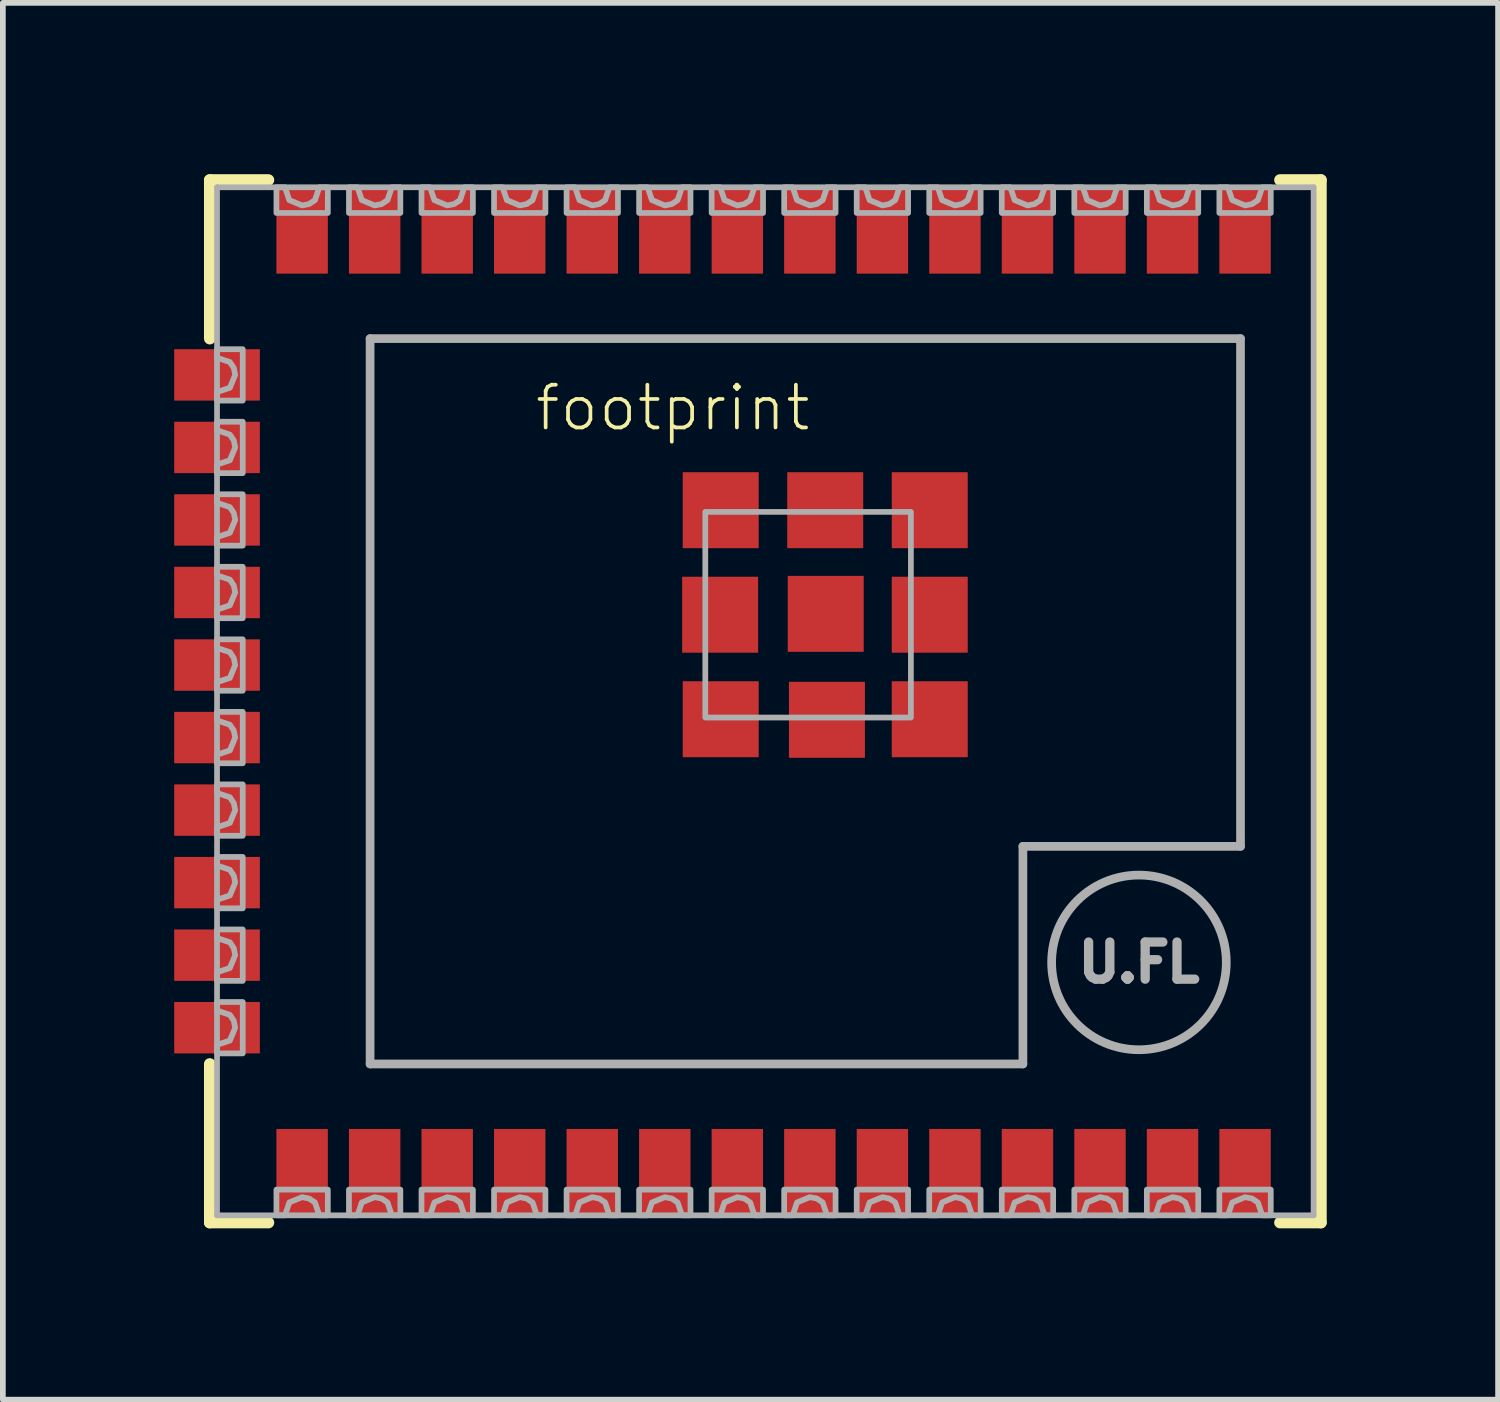
<source format=kicad_pcb>
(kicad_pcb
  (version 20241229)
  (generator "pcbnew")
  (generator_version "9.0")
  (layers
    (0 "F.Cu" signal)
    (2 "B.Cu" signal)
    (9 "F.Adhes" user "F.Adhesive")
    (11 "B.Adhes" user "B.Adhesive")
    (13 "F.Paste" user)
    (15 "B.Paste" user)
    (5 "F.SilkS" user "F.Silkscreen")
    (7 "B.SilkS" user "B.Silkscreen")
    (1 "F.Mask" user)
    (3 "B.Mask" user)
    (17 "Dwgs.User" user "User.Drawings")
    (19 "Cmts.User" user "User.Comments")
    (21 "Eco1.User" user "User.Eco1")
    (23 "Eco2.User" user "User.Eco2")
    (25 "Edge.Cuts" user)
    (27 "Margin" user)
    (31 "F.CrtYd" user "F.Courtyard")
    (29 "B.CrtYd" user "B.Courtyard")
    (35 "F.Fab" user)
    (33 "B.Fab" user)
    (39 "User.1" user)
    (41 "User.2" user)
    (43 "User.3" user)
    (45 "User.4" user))
  (footprint "footprint"
    (layer "F.Cu")
    (at 12.32 9.229)
    (property "Reference" "footprint" (at -1.143 -5.575 0) (layer "F.SilkS") (effects (font (size 0.748 0.748) (thickness 0.065)) (justify right top)))
    (fp_line (start -11.697 -9.127) (end -10.67 -9.127) (stroke (width 0.203) (type solid)) (layer "F.SilkS"))
    (fp_line (start -11.697 -6.35) (end -11.697 -9.127) (stroke (width 0.203) (type solid)) (layer "F.SilkS"))
    (fp_line (start -11.697 6.35) (end -11.697 9.127) (stroke (width 0.203) (type solid)) (layer "F.SilkS"))
    (fp_line (start -11.697 9.127) (end -10.67 9.127) (stroke (width 0.203) (type solid)) (layer "F.SilkS"))
    (fp_line (start 7.041 -9.127) (end 7.758 -9.127) (stroke (width 0.203) (type solid)) (layer "F.SilkS"))
    (fp_line (start 7.041 9.127) (end 7.758 9.127) (stroke (width 0.203) (type solid)) (layer "F.SilkS"))
    (fp_line (start 7.758 -9.127) (end 7.758 9.127) (stroke (width 0.203) (type solid)) (layer "F.SilkS"))
    (fp_line (start -11.57 -9) (end 7.63 -9) (stroke (width 0.1) (type solid)) (layer "F.Fab"))
    (fp_line (start -11.57 9) (end -11.57 -9) (stroke (width 0.1) (type solid)) (layer "F.Fab"))
    (fp_line (start -8.89 -6.35) (end -8.89 6.35) (stroke (width 0.152) (type solid)) (layer "F.Fab"))
    (fp_line (start -8.89 6.35) (end 2.54 6.35) (stroke (width 0.152) (type solid)) (layer "F.Fab"))
    (fp_line (start 2.54 2.54) (end 6.35 2.54) (stroke (width 0.152) (type solid)) (layer "F.Fab"))
    (fp_line (start 2.54 6.35) (end 2.54 2.54) (stroke (width 0.152) (type solid)) (layer "F.Fab"))
    (fp_line (start 6.35 -6.35) (end -8.89 -6.35) (stroke (width 0.152) (type solid)) (layer "F.Fab"))
    (fp_line (start 6.35 2.54) (end 6.35 -6.35) (stroke (width 0.152) (type solid)) (layer "F.Fab"))
    (fp_line (start 7.63 9) (end -11.57 9) (stroke (width 0.1) (type solid)) (layer "F.Fab"))
    (fp_line (start 7.63 9) (end 7.63 -9) (stroke (width 0.1) (type solid)) (layer "F.Fab"))
    (fp_circle (center 4.572 4.572) (end 6.101 4.572) (stroke (width 0.152) (type solid)) (fill no) (layer "F.Fab"))
    (fp_poly (pts (xy -3.021 0.284) (xy 0.579 0.284) (xy 0.579 -3.316) (xy -3.021 -3.316)) (stroke (width 0.1) (type solid)) (fill no) (layer "F.Fab"))
    (fp_poly (pts (xy -10.53 9) (xy -10.53 8.55) (xy -9.63 8.55) (xy -9.63 9) (xy -9.78 9) (xy -9.855 8.775) (xy -9.958 8.706) (xy -10.08 8.682) (xy -10.305 8.775) (xy -10.38 9)) (stroke (width 0.1) (type solid)) (fill no) (layer "F.Fab"))
    (fp_poly (pts (xy -9.26 9) (xy -9.26 8.55) (xy -8.36 8.55) (xy -8.36 9) (xy -8.51 9) (xy -8.585 8.775) (xy -8.688 8.706) (xy -8.81 8.682) (xy -9.035 8.775) (xy -9.11 9)) (stroke (width 0.1) (type solid)) (fill no) (layer "F.Fab"))
    (fp_poly (pts (xy -7.99 9) (xy -7.99 8.55) (xy -7.09 8.55) (xy -7.09 9) (xy -7.24 9) (xy -7.315 8.775) (xy -7.418 8.706) (xy -7.54 8.682) (xy -7.765 8.775) (xy -7.84 9)) (stroke (width 0.1) (type solid)) (fill no) (layer "F.Fab"))
    (fp_poly (pts (xy -6.72 9) (xy -6.72 8.55) (xy -5.82 8.55) (xy -5.82 9) (xy -5.97 9) (xy -6.045 8.775) (xy -6.148 8.706) (xy -6.27 8.682) (xy -6.495 8.775) (xy -6.57 9)) (stroke (width 0.1) (type solid)) (fill no) (layer "F.Fab"))
    (fp_poly (pts (xy -5.45 9) (xy -5.45 8.55) (xy -4.55 8.55) (xy -4.55 9) (xy -4.7 9) (xy -4.775 8.775) (xy -4.878 8.706) (xy -5 8.682) (xy -5.225 8.775) (xy -5.3 9)) (stroke (width 0.1) (type solid)) (fill no) (layer "F.Fab"))
    (fp_poly (pts (xy -4.18 9) (xy -4.18 8.55) (xy -3.28 8.55) (xy -3.28 9) (xy -3.43 9) (xy -3.505 8.775) (xy -3.608 8.706) (xy -3.73 8.682) (xy -3.955 8.775) (xy -4.03 9)) (stroke (width 0.1) (type solid)) (fill no) (layer "F.Fab"))
    (fp_poly (pts (xy -2.91 9) (xy -2.91 8.55) (xy -2.01 8.55) (xy -2.01 9) (xy -2.16 9) (xy -2.235 8.775) (xy -2.338 8.706) (xy -2.46 8.682) (xy -2.685 8.775) (xy -2.76 9)) (stroke (width 0.1) (type solid)) (fill no) (layer "F.Fab"))
    (fp_poly (pts (xy -1.64 9) (xy -1.64 8.55) (xy -0.74 8.55) (xy -0.74 9) (xy -0.89 9) (xy -0.965 8.775) (xy -1.068 8.706) (xy -1.19 8.682) (xy -1.415 8.775) (xy -1.49 9)) (stroke (width 0.1) (type solid)) (fill no) (layer "F.Fab"))
    (fp_poly (pts (xy -11.12 -5.265) (xy -11.57 -5.265) (xy -11.57 -5.415) (xy -11.345 -5.49) (xy -11.252 -5.715) (xy -11.276 -5.837) (xy -11.345 -5.94) (xy -11.57 -6.015) (xy -11.57 -6.015) (xy -11.57 -6.165) (xy -11.12 -6.165)) (stroke (width 0.1) (type solid)) (fill no) (layer "F.Fab"))
    (fp_poly (pts (xy -11.12 -3.995) (xy -11.57 -3.995) (xy -11.57 -4.145) (xy -11.345 -4.22) (xy -11.252 -4.445) (xy -11.276 -4.567) (xy -11.345 -4.67) (xy -11.57 -4.745) (xy -11.57 -4.745) (xy -11.57 -4.895) (xy -11.12 -4.895)) (stroke (width 0.1) (type solid)) (fill no) (layer "F.Fab"))
    (fp_poly (pts (xy -11.12 -2.725) (xy -11.57 -2.725) (xy -11.57 -2.875) (xy -11.345 -2.95) (xy -11.252 -3.175) (xy -11.276 -3.297) (xy -11.345 -3.4) (xy -11.57 -3.475) (xy -11.57 -3.475) (xy -11.57 -3.625) (xy -11.12 -3.625)) (stroke (width 0.1) (type solid)) (fill no) (layer "F.Fab"))
    (fp_poly (pts (xy -11.12 -1.455) (xy -11.57 -1.455) (xy -11.57 -1.605) (xy -11.345 -1.68) (xy -11.252 -1.905) (xy -11.276 -2.027) (xy -11.345 -2.13) (xy -11.57 -2.205) (xy -11.57 -2.205) (xy -11.57 -2.355) (xy -11.12 -2.355)) (stroke (width 0.1) (type solid)) (fill no) (layer "F.Fab"))
    (fp_poly (pts (xy -11.12 -0.185) (xy -11.57 -0.185) (xy -11.57 -0.335) (xy -11.345 -0.41) (xy -11.252 -0.635) (xy -11.276 -0.757) (xy -11.345 -0.86) (xy -11.57 -0.935) (xy -11.57 -0.935) (xy -11.57 -1.085) (xy -11.12 -1.085)) (stroke (width 0.1) (type solid)) (fill no) (layer "F.Fab"))
    (fp_poly (pts (xy -11.12 1.085) (xy -11.57 1.085) (xy -11.57 0.935) (xy -11.345 0.86) (xy -11.345 0.86) (xy -11.252 0.635) (xy -11.276 0.513) (xy -11.345 0.41) (xy -11.57 0.335) (xy -11.57 0.185) (xy -11.12 0.185)) (stroke (width 0.1) (type solid)) (fill no) (layer "F.Fab"))
    (fp_poly (pts (xy -11.12 2.355) (xy -11.57 2.355) (xy -11.57 2.205) (xy -11.345 2.13) (xy -11.345 2.13) (xy -11.252 1.905) (xy -11.276 1.783) (xy -11.345 1.68) (xy -11.57 1.605) (xy -11.57 1.455) (xy -11.12 1.455)) (stroke (width 0.1) (type solid)) (fill no) (layer "F.Fab"))
    (fp_poly (pts (xy -11.12 3.625) (xy -11.57 3.625) (xy -11.57 3.475) (xy -11.345 3.4) (xy -11.345 3.4) (xy -11.252 3.175) (xy -11.276 3.053) (xy -11.345 2.95) (xy -11.57 2.875) (xy -11.57 2.725) (xy -11.12 2.725)) (stroke (width 0.1) (type solid)) (fill no) (layer "F.Fab"))
    (fp_poly (pts (xy -11.12 4.895) (xy -11.57 4.895) (xy -11.57 4.745) (xy -11.345 4.67) (xy -11.345 4.67) (xy -11.252 4.445) (xy -11.276 4.323) (xy -11.345 4.22) (xy -11.57 4.145) (xy -11.57 3.995) (xy -11.12 3.995)) (stroke (width 0.1) (type solid)) (fill no) (layer "F.Fab"))
    (fp_poly (pts (xy -11.12 6.165) (xy -11.57 6.165) (xy -11.57 6.015) (xy -11.345 5.94) (xy -11.345 5.94) (xy -11.252 5.715) (xy -11.276 5.593) (xy -11.345 5.49) (xy -11.57 5.415) (xy -11.57 5.265) (xy -11.12 5.265)) (stroke (width 0.1) (type solid)) (fill no) (layer "F.Fab"))
    (fp_poly (pts (xy -10.305 -8.775) (xy -10.305 -8.775) (xy -10.08 -8.682) (xy -9.958 -8.706) (xy -9.855 -8.775) (xy -9.78 -9) (xy -9.63 -9) (xy -9.63 -8.55) (xy -10.53 -8.55) (xy -10.53 -9) (xy -10.38 -9)) (stroke (width 0.1) (type solid)) (fill no) (layer "F.Fab"))
    (fp_poly (pts (xy -9.035 -8.775) (xy -9.035 -8.775) (xy -8.81 -8.682) (xy -8.688 -8.706) (xy -8.585 -8.775) (xy -8.51 -9) (xy -8.36 -9) (xy -8.36 -8.55) (xy -9.26 -8.55) (xy -9.26 -9) (xy -9.11 -9)) (stroke (width 0.1) (type solid)) (fill no) (layer "F.Fab"))
    (fp_poly (pts (xy -7.765 -8.775) (xy -7.765 -8.775) (xy -7.54 -8.682) (xy -7.418 -8.706) (xy -7.315 -8.775) (xy -7.24 -9) (xy -7.09 -9) (xy -7.09 -8.55) (xy -7.99 -8.55) (xy -7.99 -9) (xy -7.84 -9)) (stroke (width 0.1) (type solid)) (fill no) (layer "F.Fab"))
    (fp_poly (pts (xy -6.495 -8.775) (xy -6.495 -8.775) (xy -6.27 -8.682) (xy -6.148 -8.706) (xy -6.045 -8.775) (xy -5.97 -9) (xy -5.82 -9) (xy -5.82 -8.55) (xy -6.72 -8.55) (xy -6.72 -9) (xy -6.57 -9)) (stroke (width 0.1) (type solid)) (fill no) (layer "F.Fab"))
    (fp_poly (pts (xy -5.225 -8.775) (xy -5.225 -8.775) (xy -5 -8.682) (xy -4.878 -8.706) (xy -4.775 -8.775) (xy -4.7 -9) (xy -4.55 -9) (xy -4.55 -8.55) (xy -5.45 -8.55) (xy -5.45 -9) (xy -5.3 -9)) (stroke (width 0.1) (type solid)) (fill no) (layer "F.Fab"))
    (fp_poly (pts (xy -3.955 -8.775) (xy -3.955 -8.775) (xy -3.73 -8.682) (xy -3.608 -8.706) (xy -3.505 -8.775) (xy -3.43 -9) (xy -3.28 -9) (xy -3.28 -8.55) (xy -4.18 -8.55) (xy -4.18 -9) (xy -4.03 -9)) (stroke (width 0.1) (type solid)) (fill no) (layer "F.Fab"))
    (fp_poly (pts (xy -2.685 -8.775) (xy -2.685 -8.775) (xy -2.46 -8.682) (xy -2.338 -8.706) (xy -2.235 -8.775) (xy -2.16 -9) (xy -2.01 -9) (xy -2.01 -8.55) (xy -2.91 -8.55) (xy -2.91 -9) (xy -2.76 -9)) (stroke (width 0.1) (type solid)) (fill no) (layer "F.Fab"))
    (fp_poly (pts (xy -1.415 -8.775) (xy -1.415 -8.775) (xy -1.19 -8.682) (xy -1.068 -8.706) (xy -0.965 -8.775) (xy -0.89 -9) (xy -0.74 -9) (xy -0.74 -8.55) (xy -1.64 -8.55) (xy -1.64 -9) (xy -1.49 -9)) (stroke (width 0.1) (type solid)) (fill no) (layer "F.Fab"))
    (fp_poly (pts (xy 0.38 -9) (xy 0.53 -9) (xy 0.53 -8.55) (xy -0.37 -8.55) (xy -0.37 -9) (xy -0.22 -9) (xy -0.145 -8.775) (xy 0.08 -8.682) (xy 0.202 -8.706) (xy 0.305 -8.775) (xy 0.38 -9)) (stroke (width 0.1) (type solid)) (fill no) (layer "F.Fab"))
    (fp_poly (pts (xy 0.53 9) (xy 0.38 9) (xy 0.38 9) (xy 0.305 8.775) (xy 0.202 8.706) (xy 0.08 8.682) (xy -0.145 8.775) (xy -0.22 9) (xy -0.37 9) (xy -0.37 8.55) (xy 0.53 8.55)) (stroke (width 0.1) (type solid)) (fill no) (layer "F.Fab"))
    (fp_poly (pts (xy 1.65 -9) (xy 1.8 -9) (xy 1.8 -8.55) (xy 0.9 -8.55) (xy 0.9 -9) (xy 1.05 -9) (xy 1.125 -8.775) (xy 1.35 -8.682) (xy 1.472 -8.706) (xy 1.575 -8.775) (xy 1.65 -9)) (stroke (width 0.1) (type solid)) (fill no) (layer "F.Fab"))
    (fp_poly (pts (xy 1.8 9) (xy 1.65 9) (xy 1.65 9) (xy 1.575 8.775) (xy 1.472 8.706) (xy 1.35 8.682) (xy 1.125 8.775) (xy 1.05 9) (xy 0.9 9) (xy 0.9 8.55) (xy 1.8 8.55)) (stroke (width 0.1) (type solid)) (fill no) (layer "F.Fab"))
    (fp_poly (pts (xy 2.92 -9) (xy 3.07 -9) (xy 3.07 -8.55) (xy 2.17 -8.55) (xy 2.17 -9) (xy 2.32 -9) (xy 2.395 -8.775) (xy 2.62 -8.682) (xy 2.742 -8.706) (xy 2.845 -8.775) (xy 2.92 -9)) (stroke (width 0.1) (type solid)) (fill no) (layer "F.Fab"))
    (fp_poly (pts (xy 3.07 9) (xy 2.92 9) (xy 2.92 9) (xy 2.845 8.775) (xy 2.742 8.706) (xy 2.62 8.682) (xy 2.395 8.775) (xy 2.32 9) (xy 2.17 9) (xy 2.17 8.55) (xy 3.07 8.55)) (stroke (width 0.1) (type solid)) (fill no) (layer "F.Fab"))
    (fp_poly (pts (xy 4.19 -9) (xy 4.34 -9) (xy 4.34 -8.55) (xy 3.44 -8.55) (xy 3.44 -9) (xy 3.59 -9) (xy 3.665 -8.775) (xy 3.89 -8.682) (xy 4.012 -8.706) (xy 4.115 -8.775) (xy 4.19 -9)) (stroke (width 0.1) (type solid)) (fill no) (layer "F.Fab"))
    (fp_poly (pts (xy 4.34 9) (xy 4.19 9) (xy 4.19 9) (xy 4.115 8.775) (xy 4.012 8.706) (xy 3.89 8.682) (xy 3.665 8.775) (xy 3.59 9) (xy 3.44 9) (xy 3.44 8.55) (xy 4.34 8.55)) (stroke (width 0.1) (type solid)) (fill no) (layer "F.Fab"))
    (fp_poly (pts (xy 5.46 -9) (xy 5.61 -9) (xy 5.61 -8.55) (xy 4.71 -8.55) (xy 4.71 -9) (xy 4.86 -9) (xy 4.935 -8.775) (xy 5.16 -8.682) (xy 5.282 -8.706) (xy 5.385 -8.775) (xy 5.46 -9)) (stroke (width 0.1) (type solid)) (fill no) (layer "F.Fab"))
    (fp_poly (pts (xy 5.61 9) (xy 5.46 9) (xy 5.46 9) (xy 5.385 8.775) (xy 5.282 8.706) (xy 5.16 8.682) (xy 4.935 8.775) (xy 4.86 9) (xy 4.71 9) (xy 4.71 8.55) (xy 5.61 8.55)) (stroke (width 0.1) (type solid)) (fill no) (layer "F.Fab"))
    (fp_poly (pts (xy 6.73 -9) (xy 6.88 -9) (xy 6.88 -8.55) (xy 5.98 -8.55) (xy 5.98 -9) (xy 6.13 -9) (xy 6.205 -8.775) (xy 6.43 -8.682) (xy 6.552 -8.706) (xy 6.655 -8.775) (xy 6.73 -9)) (stroke (width 0.1) (type solid)) (fill no) (layer "F.Fab"))
    (fp_poly (pts (xy 6.88 9) (xy 6.73 9) (xy 6.73 9) (xy 6.655 8.775) (xy 6.552 8.706) (xy 6.43 8.682) (xy 6.205 8.775) (xy 6.13 9) (xy 5.98 9) (xy 5.98 8.55) (xy 6.88 8.55)) (stroke (width 0.1) (type solid)) (fill no) (layer "F.Fab"))
    (fp_text user "U.FL" (at 3.429 4.953 0) (layer "F.Fab") (effects (font (size 0.65 0.65) (thickness 0.163)) (justify left bottom)))
    (pad "1" smd rect (at 6.43 -8.238) (size 0.9 1.5) (layers "F.Cu" "F.Mask" "F.Paste"))
    (pad "2" smd rect (at 5.16 -8.238) (size 0.9 1.5) (layers "F.Cu" "F.Mask" "F.Paste"))
    (pad "3" smd rect (at 3.89 -8.238) (size 0.9 1.5) (layers "F.Cu" "F.Mask" "F.Paste"))
    (pad "4" smd rect (at 2.62 -8.238) (size 0.9 1.5) (layers "F.Cu" "F.Mask" "F.Paste"))
    (pad "5" smd rect (at 1.35 -8.238) (size 0.9 1.5) (layers "F.Cu" "F.Mask" "F.Paste"))
    (pad "6" smd rect (at 0.08 -8.238) (size 0.9 1.5) (layers "F.Cu" "F.Mask" "F.Paste"))
    (pad "7" smd rect (at -1.19 -8.238) (size 0.9 1.5) (layers "F.Cu" "F.Mask" "F.Paste"))
    (pad "8" smd rect (at -2.46 -8.238) (size 0.9 1.5) (layers "F.Cu" "F.Mask" "F.Paste"))
    (pad "9" smd rect (at -3.73 -8.238) (size 0.9 1.5) (layers "F.Cu" "F.Mask" "F.Paste"))
    (pad "10" smd rect (at -5 -8.238) (size 0.9 1.5) (layers "F.Cu" "F.Mask" "F.Paste"))
    (pad "11" smd rect (at -6.27 -8.238) (size 0.9 1.5) (layers "F.Cu" "F.Mask" "F.Paste"))
    (pad "12" smd rect (at -7.54 -8.238) (size 0.9 1.5) (layers "F.Cu" "F.Mask" "F.Paste"))
    (pad "13" smd rect (at -8.81 -8.238) (size 0.9 1.5) (layers "F.Cu" "F.Mask" "F.Paste"))
    (pad "14" smd rect (at -10.08 -8.238) (size 0.9 1.5) (layers "F.Cu" "F.Mask" "F.Paste"))
    (pad "15" smd rect (at -11.57 -5.715 90) (size 0.9 1.5) (layers "F.Cu" "F.Mask" "F.Paste"))
    (pad "16" smd rect (at -11.57 -4.445 90) (size 0.9 1.5) (layers "F.Cu" "F.Mask" "F.Paste"))
    (pad "17" smd rect (at -11.57 -3.175 90) (size 0.9 1.5) (layers "F.Cu" "F.Mask" "F.Paste"))
    (pad "18" smd rect (at -11.57 -1.905 90) (size 0.9 1.5) (layers "F.Cu" "F.Mask" "F.Paste"))
    (pad "19" smd rect (at -11.57 -0.635 90) (size 0.9 1.5) (layers "F.Cu" "F.Mask" "F.Paste"))
    (pad "20" smd rect (at -11.57 0.635 90) (size 0.9 1.5) (layers "F.Cu" "F.Mask" "F.Paste"))
    (pad "21" smd rect (at -11.57 1.905 90) (size 0.9 1.5) (layers "F.Cu" "F.Mask" "F.Paste"))
    (pad "22" smd rect (at -11.57 3.175 90) (size 0.9 1.5) (layers "F.Cu" "F.Mask" "F.Paste"))
    (pad "23" smd rect (at -11.57 4.445 90) (size 0.9 1.5) (layers "F.Cu" "F.Mask" "F.Paste"))
    (pad "24" smd rect (at -11.57 5.715 90) (size 0.9 1.5) (layers "F.Cu" "F.Mask" "F.Paste"))
    (pad "25" smd rect (at -10.08 8.238) (size 0.9 1.5) (layers "F.Cu" "F.Mask" "F.Paste"))
    (pad "26" smd rect (at -8.81 8.238) (size 0.9 1.5) (layers "F.Cu" "F.Mask" "F.Paste"))
    (pad "27" smd rect (at -7.54 8.238) (size 0.9 1.5) (layers "F.Cu" "F.Mask" "F.Paste"))
    (pad "28" smd rect (at -6.27 8.238) (size 0.9 1.5) (layers "F.Cu" "F.Mask" "F.Paste"))
    (pad "29" smd rect (at -5 8.238) (size 0.9 1.5) (layers "F.Cu" "F.Mask" "F.Paste"))
    (pad "30" smd rect (at -3.73 8.238) (size 0.9 1.5) (layers "F.Cu" "F.Mask" "F.Paste"))
    (pad "31" smd rect (at -2.46 8.238) (size 0.9 1.5) (layers "F.Cu" "F.Mask" "F.Paste"))
    (pad "32" smd rect (at -1.19 8.238) (size 0.9 1.5) (layers "F.Cu" "F.Mask" "F.Paste"))
    (pad "33" smd rect (at 0.08 8.238) (size 0.9 1.5) (layers "F.Cu" "F.Mask" "F.Paste"))
    (pad "34" smd rect (at 1.35 8.238) (size 0.9 1.5) (layers "F.Cu" "F.Mask" "F.Paste"))
    (pad "35" smd rect (at 2.62 8.238) (size 0.9 1.5) (layers "F.Cu" "F.Mask" "F.Paste"))
    (pad "36" smd rect (at 3.89 8.238) (size 0.9 1.5) (layers "F.Cu" "F.Mask" "F.Paste"))
    (pad "37" smd rect (at 5.16 8.238) (size 0.9 1.5) (layers "F.Cu" "F.Mask" "F.Paste"))
    (pad "38" smd rect (at 6.43 8.238) (size 0.9 1.5) (layers "F.Cu" "F.Mask" "F.Paste"))
    (pad "GND" smd rect (at -0.912 -1.531) (size 1.33 1.33) (layers "F.Cu" "F.Mask" "F.Paste"))
    (pad "GNDT1" smd rect (at -2.751 -3.346) (size 1.33 1.33) (layers "F.Cu" "F.Mask" "F.Paste"))
    (pad "GNDT2" smd rect (at -2.761 -1.516) (size 1.33 1.33) (layers "F.Cu" "F.Mask" "F.Paste"))
    (pad "GNDT3" smd rect (at -2.751 0.314) (size 1.33 1.33) (layers "F.Cu" "F.Mask" "F.Paste"))
    (pad "GNDT4" smd rect (at -0.891 0.324) (size 1.33 1.33) (layers "F.Cu" "F.Mask" "F.Paste"))
    (pad "GNDT5" smd rect (at 0.909 0.314) (size 1.33 1.33) (layers "F.Cu" "F.Mask" "F.Paste"))
    (pad "GNDT6" smd rect (at 0.909 -1.516) (size 1.33 1.33) (layers "F.Cu" "F.Mask" "F.Paste"))
    (pad "GNDT7" smd rect (at 0.909 -3.346) (size 1.33 1.33) (layers "F.Cu" "F.Mask" "F.Paste"))
    (pad "GNDT8" smd rect (at -0.921 -3.346) (size 1.33 1.33) (layers "F.Cu" "F.Mask" "F.Paste")))
  (gr_rect
    (start -3 -3)
    (end 23.18 21.457)
    (stroke (width 0.1) (type default))
    (fill no)
    (layer "Edge.Cuts")))
</source>
